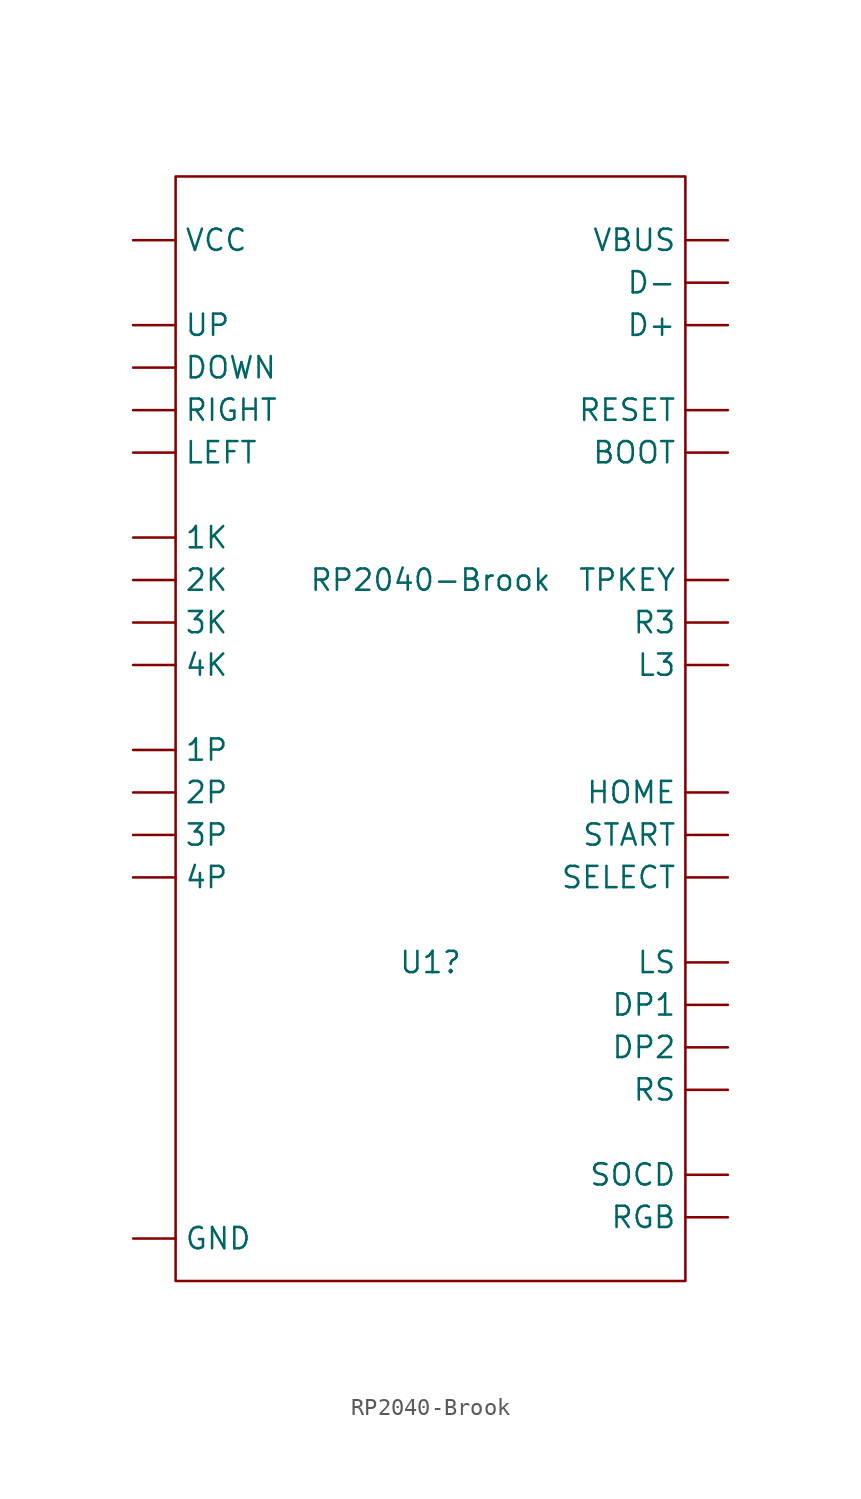
<source format=kicad_sym>
(kicad_symbol_lib
  (version 20211014)
  (generator kicad_symbol_editor)
  (symbol "RP2040-Brook"
    (pin_numbers hide)
    (property "Reference" "U1"
      (at 0 -21.59 0)
      (effects (font (size 1.27 1.27))))
    (property "Value" "RP2040-Brook"
      (at 0 1.27 0)
      (effects (font (size 1.27 1.27))))
    (symbol "RP2040-Brook_0_1"
      (rectangle (start -15.24 25.4) (end 15.24 -40.64) (stroke (width 0) (type default) (color 0 0 0 0)) (fill (type none))))
    (symbol "RP2040-Brook_1_1"
      (pin bidirectional line (at -17.78 3.81 0) (length 2.54) (name "1K" (effects (font (size 1.27 1.27)))) (number "1K" (effects (font (size 1.27 1.27)))))
      (pin bidirectional line (at -17.78 -8.89 0) (length 2.54) (name "1P" (effects (font (size 1.27 1.27)))) (number "1P" (effects (font (size 1.27 1.27)))))
      (pin bidirectional line (at -17.78 1.27 0) (length 2.54) (name "2K" (effects (font (size 1.27 1.27)))) (number "2K" (effects (font (size 1.27 1.27)))))
      (pin bidirectional line (at -17.78 -11.43 0) (length 2.54) (name "2P" (effects (font (size 1.27 1.27)))) (number "2P" (effects (font (size 1.27 1.27)))))
      (pin bidirectional line (at -17.78 -1.27 0) (length 2.54) (name "3K" (effects (font (size 1.27 1.27)))) (number "3K" (effects (font (size 1.27 1.27)))))
      (pin bidirectional line (at -17.78 -13.97 0) (length 2.54) (name "3P" (effects (font (size 1.27 1.27)))) (number "3P" (effects (font (size 1.27 1.27)))))
      (pin bidirectional line (at -17.78 -3.81 0) (length 2.54) (name "4K" (effects (font (size 1.27 1.27)))) (number "4K" (effects (font (size 1.27 1.27)))))
      (pin bidirectional line (at -17.78 -16.51 0) (length 2.54) (name "4P" (effects (font (size 1.27 1.27)))) (number "4P" (effects (font (size 1.27 1.27)))))
      (pin bidirectional line (at 17.78 8.89 180) (length 2.54) (name "BOOT" (effects (font (size 1.27 1.27)))) (number "BOOT" (effects (font (size 1.27 1.27)))))
      (pin bidirectional line (at 17.78 16.51 180) (length 2.54) (name "D+" (effects (font (size 1.27 1.27)))) (number "D+" (effects (font (size 1.27 1.27)))))
      (pin bidirectional line (at 17.78 19.05 180) (length 2.54) (name "D-" (effects (font (size 1.27 1.27)))) (number "D-" (effects (font (size 1.27 1.27)))))
      (pin bidirectional line (at -17.78 13.97 0) (length 2.54) (name "DOWN" (effects (font (size 1.27 1.27)))) (number "DOWN" (effects (font (size 1.27 1.27)))))
      (pin bidirectional line (at 17.78 -24.13 180) (length 2.54) (name "DP1" (effects (font (size 1.27 1.27)))) (number "DP1" (effects (font (size 1.27 1.27)))))
      (pin bidirectional line (at 17.78 -26.67 180) (length 2.54) (name "DP2" (effects (font (size 1.27 1.27)))) (number "DP2" (effects (font (size 1.27 1.27)))))
      (pin power_in line (at -17.78 -38.1 0) (length 2.54) (name "GND" (effects (font (size 1.27 1.27)))) (number "GND" (effects (font (size 1.27 1.27)))))
      (pin bidirectional line (at 17.78 -11.43 180) (length 2.54) (name "HOME" (effects (font (size 1.27 1.27)))) (number "HOME" (effects (font (size 1.27 1.27)))))
      (pin bidirectional line (at 17.78 -3.81 180) (length 2.54) (name "L3" (effects (font (size 1.27 1.27)))) (number "L3" (effects (font (size 1.27 1.27)))))
      (pin bidirectional line (at -17.78 8.89 0) (length 2.54) (name "LEFT" (effects (font (size 1.27 1.27)))) (number "LEFT" (effects (font (size 1.27 1.27)))))
      (pin bidirectional line (at 17.78 -21.59 180) (length 2.54) (name "LS" (effects (font (size 1.27 1.27)))) (number "LS" (effects (font (size 1.27 1.27)))))
      (pin bidirectional line (at 17.78 -1.27 180) (length 2.54) (name "R3" (effects (font (size 1.27 1.27)))) (number "R3" (effects (font (size 1.27 1.27)))))
      (pin bidirectional line (at 17.78 11.43 180) (length 2.54) (name "RESET" (effects (font (size 1.27 1.27)))) (number "RESET" (effects (font (size 1.27 1.27)))))
      (pin output line (at 17.78 -36.83 180) (length 2.54) (name "RGB" (effects (font (size 1.27 1.27)))) (number "RGB" (effects (font (size 1.27 1.27)))))
      (pin bidirectional line (at -17.78 11.43 0) (length 2.54) (name "RIGHT" (effects (font (size 1.27 1.27)))) (number "RIGHT" (effects (font (size 1.27 1.27)))))
      (pin bidirectional line (at 17.78 -29.21 180) (length 2.54) (name "RS" (effects (font (size 1.27 1.27)))) (number "RS" (effects (font (size 1.27 1.27)))))
      (pin bidirectional line (at 17.78 -16.51 180) (length 2.54) (name "SELECT" (effects (font (size 1.27 1.27)))) (number "SELECT" (effects (font (size 1.27 1.27)))))
      (pin bidirectional line (at 17.78 -34.29 180) (length 2.54) (name "SOCD" (effects (font (size 1.27 1.27)))) (number "SOCD" (effects (font (size 1.27 1.27)))))
      (pin bidirectional line (at 17.78 -13.97 180) (length 2.54) (name "START" (effects (font (size 1.27 1.27)))) (number "START" (effects (font (size 1.27 1.27)))))
      (pin bidirectional line (at 17.78 1.27 180) (length 2.54) (name "TPKEY" (effects (font (size 1.27 1.27)))) (number "TPKEY" (effects (font (size 1.27 1.27)))))
      (pin bidirectional line (at -17.78 16.51 0) (length 2.54) (name "UP" (effects (font (size 1.27 1.27)))) (number "UP" (effects (font (size 1.27 1.27)))))
      (pin power_in line (at 17.78 21.59 180) (length 2.54) (name "VBUS" (effects (font (size 1.27 1.27)))) (number "VBUS" (effects (font (size 1.27 1.27)))))
      (pin power_in line (at -17.78 21.59 0) (length 2.54) (name "VCC" (effects (font (size 1.27 1.27)))) (number "VCC" (effects (font (size 1.27 1.27))))))))
</source>
